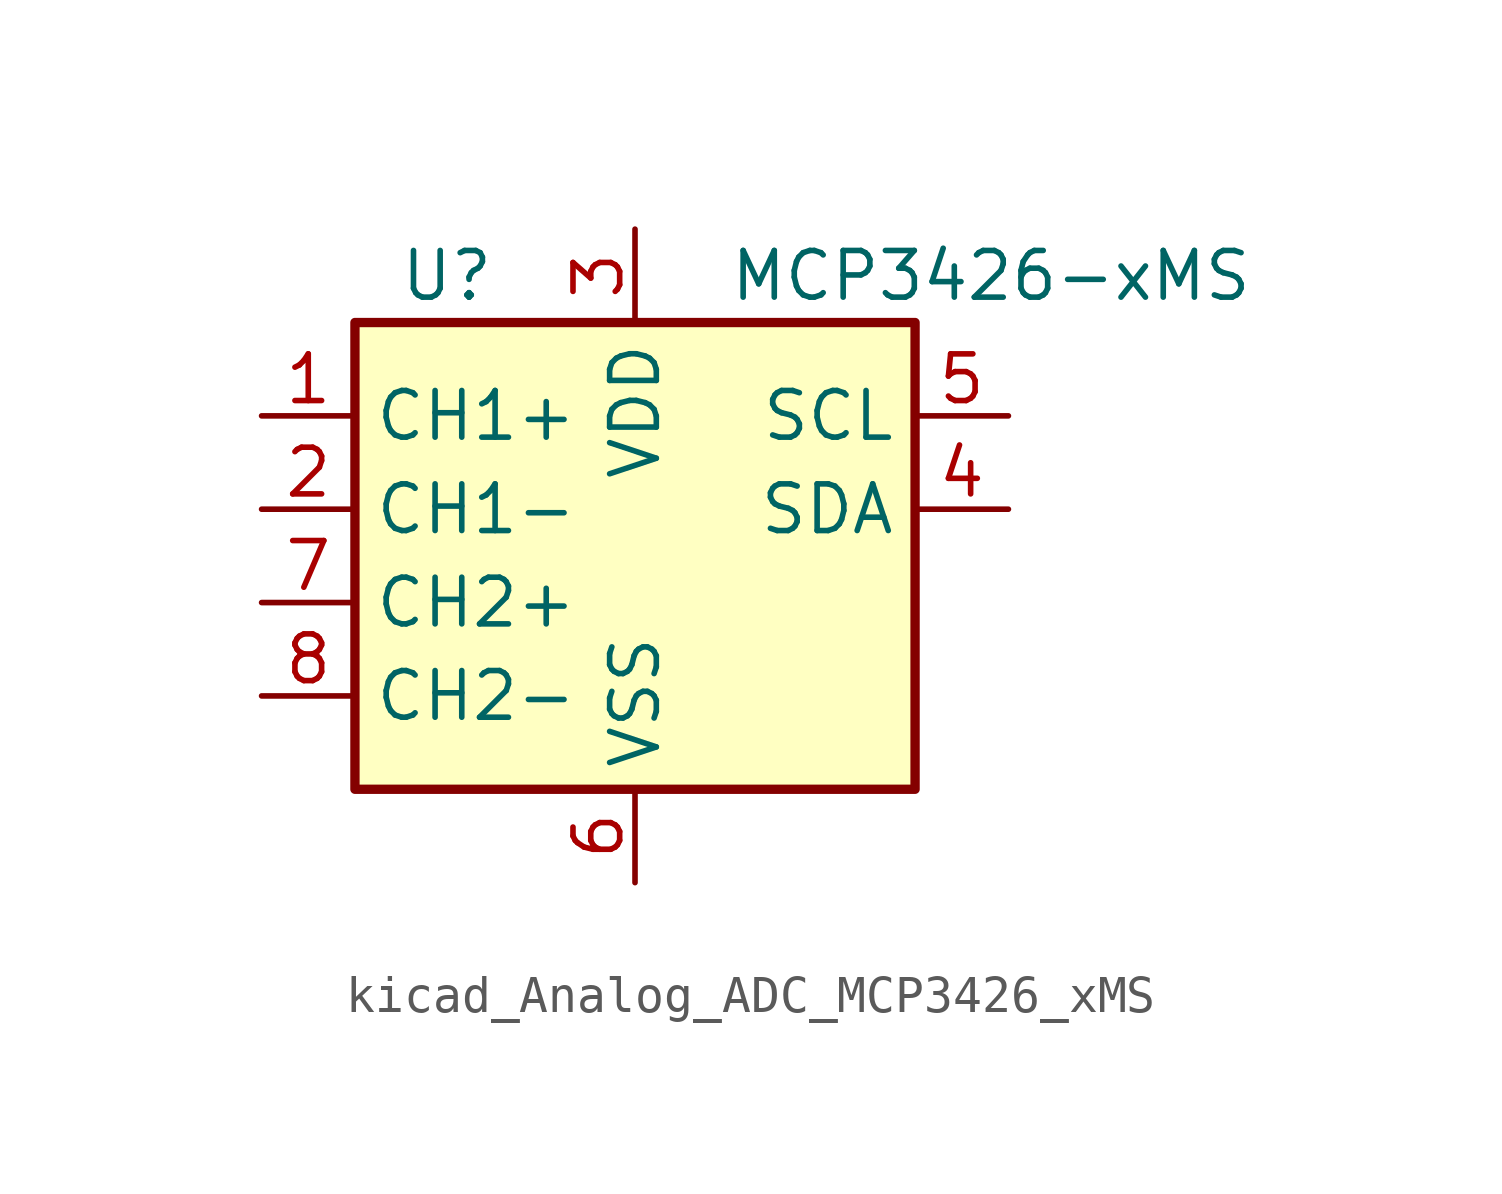
<source format=kicad_sym>
(kicad_symbol_lib
  (version 20220914)
  (generator kicad_symbol_editor)
  (symbol "kicad_Analog_ADC_MCP3426_xMS"
    (property "Reference" "U"
      (at -3.81 8.89 0)
      (effects (font (size 1.27 1.27)) (justify right)))
    (property "Value" "MCP3426-xMS"
      (at 2.54 8.89 0)
      (effects (font (size 1.27 1.27)) (justify left)))
    (symbol "kicad_Analog_ADC_MCP3426_xMS_0_1"
      (rectangle (start -7.62 7.62) (end 7.62 -5.08) (stroke (width 0.254) (type default)) (fill (type background))))
    (symbol "kicad_Analog_ADC_MCP3426_xMS_1_1"
      (pin input line (at -10.16 5.08 0) (length 2.54) (name "CH1+" (effects (font (size 1.27 1.27)))) (number "1" (effects (font (size 1.27 1.27)))))
      (pin input line (at -10.16 2.54 0) (length 2.54) (name "CH1-" (effects (font (size 1.27 1.27)))) (number "2" (effects (font (size 1.27 1.27)))))
      (pin power_in line (at 0 10.16 270) (length 2.54) (name "VDD" (effects (font (size 1.27 1.27)))) (number "3" (effects (font (size 1.27 1.27)))))
      (pin bidirectional line (at 10.16 2.54 180) (length 2.54) (name "SDA" (effects (font (size 1.27 1.27)))) (number "4" (effects (font (size 1.27 1.27)))))
      (pin input line (at 10.16 5.08 180) (length 2.54) (name "SCL" (effects (font (size 1.27 1.27)))) (number "5" (effects (font (size 1.27 1.27)))))
      (pin power_in line (at 0 -7.62 90) (length 2.54) (name "VSS" (effects (font (size 1.27 1.27)))) (number "6" (effects (font (size 1.27 1.27)))))
      (pin input line (at -10.16 0 0) (length 2.54) (name "CH2+" (effects (font (size 1.27 1.27)))) (number "7" (effects (font (size 1.27 1.27)))))
      (pin input line (at -10.16 -2.54 0) (length 2.54) (name "CH2-" (effects (font (size 1.27 1.27)))) (number "8" (effects (font (size 1.27 1.27))))))))
</source>
